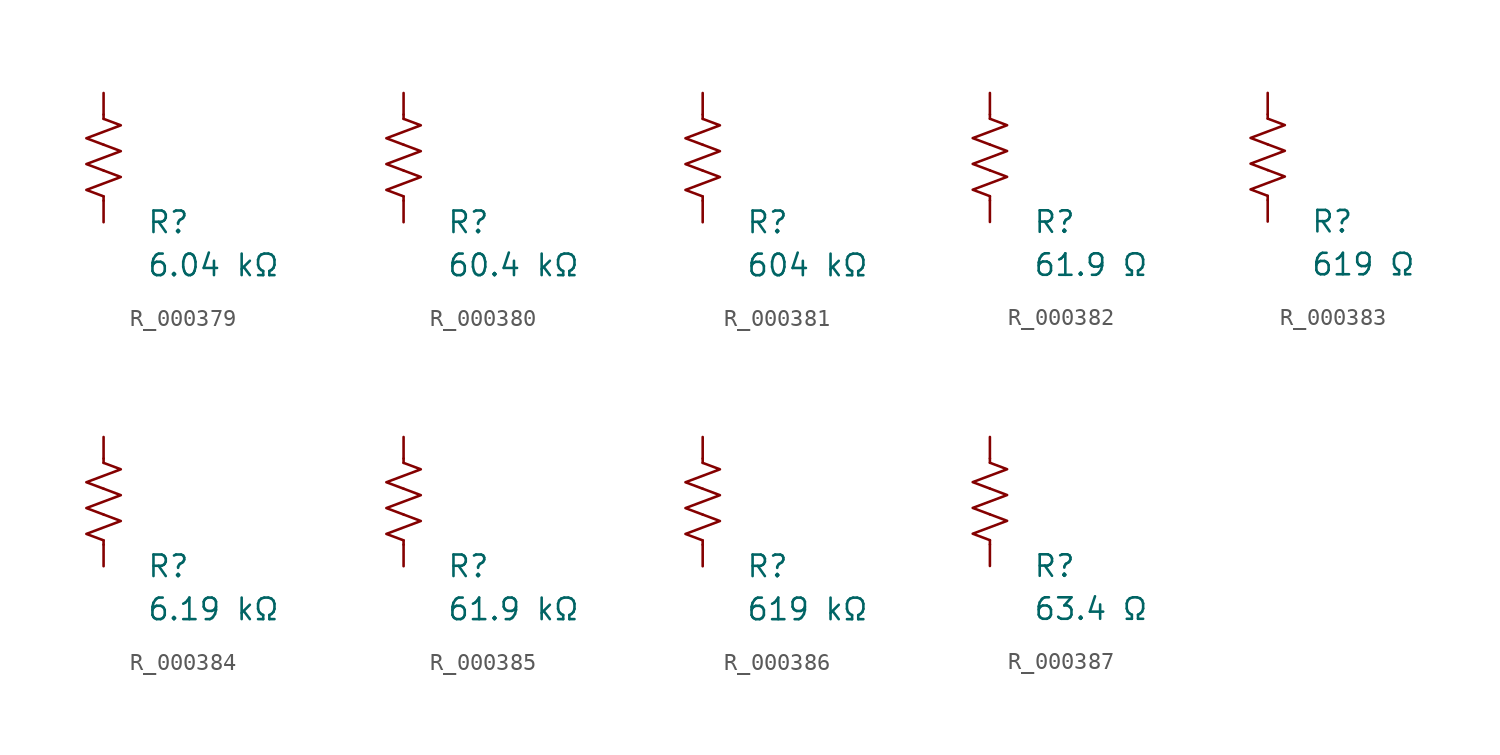
<source format=kicad_sym>
(kicad_symbol_lib
  (version 20231120)
  (generator "kicad_symbol_editor")
  (generator_version "8.0")
  (symbol "R_000379"
    (pin_numbers hide)
    (pin_names
      (offset 0))
    (property "Reference" "R"
      (at 2.54 -3.81 0)
      (effects (font (size 1.27 1.27)) (justify left))
      (show_name no))
    (property "Value" "6.04 kΩ"
      (at 2.54 -6.35 0)
      (effects (font (size 1.27 1.27)) (justify left))
      (show_name no))
    (symbol "R_000379_0_1"
      (polyline (pts (xy 0 -2.286) (xy 0 -2.54)) (stroke (width 0) (type default)) (fill (type none)))
      (polyline (pts (xy 0 2.286) (xy 0 2.54)) (stroke (width 0) (type default)) (fill (type none)))
      (polyline (pts (xy 0 -0.762) (xy 1.016 -1.143) (xy 0 -1.524) (xy -1.016 -1.905) (xy 0 -2.286)) (stroke (width 0) (type default)) (fill (type none)))
      (polyline (pts (xy 0 0.762) (xy 1.016 0.381) (xy 0 0) (xy -1.016 -0.381) (xy 0 -0.762)) (stroke (width 0) (type default)) (fill (type none)))
      (polyline (pts (xy 0 2.286) (xy 1.016 1.905) (xy 0 1.524) (xy -1.016 1.143) (xy 0 0.762)) (stroke (width 0) (type default)) (fill (type none))))
    (symbol "R_000379_1_1"
      (pin passive line (at 0 3.81 270) (length 1.27) (name "~" (effects (font (size 1.27 1.27)))) (number "1" (effects (font (size 1.27 1.27)))))
      (pin passive line (at 0 -3.81 90) (length 1.27) (name "~" (effects (font (size 1.27 1.27)))) (number "2" (effects (font (size 1.27 1.27)))))))
  (symbol "R_000380"
    (pin_numbers hide)
    (pin_names
      (offset 0))
    (property "Reference" "R"
      (at 2.54 -3.81 0)
      (effects (font (size 1.27 1.27)) (justify left))
      (show_name no))
    (property "Value" "60.4 kΩ"
      (at 2.54 -6.35 0)
      (effects (font (size 1.27 1.27)) (justify left))
      (show_name no))
    (symbol "R_000380_0_1"
      (polyline (pts (xy 0 -2.286) (xy 0 -2.54)) (stroke (width 0) (type default)) (fill (type none)))
      (polyline (pts (xy 0 2.286) (xy 0 2.54)) (stroke (width 0) (type default)) (fill (type none)))
      (polyline (pts (xy 0 -0.762) (xy 1.016 -1.143) (xy 0 -1.524) (xy -1.016 -1.905) (xy 0 -2.286)) (stroke (width 0) (type default)) (fill (type none)))
      (polyline (pts (xy 0 0.762) (xy 1.016 0.381) (xy 0 0) (xy -1.016 -0.381) (xy 0 -0.762)) (stroke (width 0) (type default)) (fill (type none)))
      (polyline (pts (xy 0 2.286) (xy 1.016 1.905) (xy 0 1.524) (xy -1.016 1.143) (xy 0 0.762)) (stroke (width 0) (type default)) (fill (type none))))
    (symbol "R_000380_1_1"
      (pin passive line (at 0 3.81 270) (length 1.27) (name "~" (effects (font (size 1.27 1.27)))) (number "1" (effects (font (size 1.27 1.27)))))
      (pin passive line (at 0 -3.81 90) (length 1.27) (name "~" (effects (font (size 1.27 1.27)))) (number "2" (effects (font (size 1.27 1.27)))))))
  (symbol "R_000381"
    (pin_numbers hide)
    (pin_names
      (offset 0))
    (property "Reference" "R"
      (at 2.54 -3.81 0)
      (effects (font (size 1.27 1.27)) (justify left))
      (show_name no))
    (property "Value" "604 kΩ"
      (at 2.54 -6.35 0)
      (effects (font (size 1.27 1.27)) (justify left))
      (show_name no))
    (symbol "R_000381_0_1"
      (polyline (pts (xy 0 -2.286) (xy 0 -2.54)) (stroke (width 0) (type default)) (fill (type none)))
      (polyline (pts (xy 0 2.286) (xy 0 2.54)) (stroke (width 0) (type default)) (fill (type none)))
      (polyline (pts (xy 0 -0.762) (xy 1.016 -1.143) (xy 0 -1.524) (xy -1.016 -1.905) (xy 0 -2.286)) (stroke (width 0) (type default)) (fill (type none)))
      (polyline (pts (xy 0 0.762) (xy 1.016 0.381) (xy 0 0) (xy -1.016 -0.381) (xy 0 -0.762)) (stroke (width 0) (type default)) (fill (type none)))
      (polyline (pts (xy 0 2.286) (xy 1.016 1.905) (xy 0 1.524) (xy -1.016 1.143) (xy 0 0.762)) (stroke (width 0) (type default)) (fill (type none))))
    (symbol "R_000381_1_1"
      (pin passive line (at 0 3.81 270) (length 1.27) (name "~" (effects (font (size 1.27 1.27)))) (number "1" (effects (font (size 1.27 1.27)))))
      (pin passive line (at 0 -3.81 90) (length 1.27) (name "~" (effects (font (size 1.27 1.27)))) (number "2" (effects (font (size 1.27 1.27)))))))
  (symbol "R_000382"
    (pin_numbers hide)
    (pin_names
      (offset 0))
    (property "Reference" "R"
      (at 2.54 -3.81 0)
      (effects (font (size 1.27 1.27)) (justify left))
      (show_name no))
    (property "Value" "61.9 Ω"
      (at 2.54 -6.35 0)
      (effects (font (size 1.27 1.27)) (justify left))
      (show_name no))
    (symbol "R_000382_0_1"
      (polyline (pts (xy 0 -2.286) (xy 0 -2.54)) (stroke (width 0) (type default)) (fill (type none)))
      (polyline (pts (xy 0 2.286) (xy 0 2.54)) (stroke (width 0) (type default)) (fill (type none)))
      (polyline (pts (xy 0 -0.762) (xy 1.016 -1.143) (xy 0 -1.524) (xy -1.016 -1.905) (xy 0 -2.286)) (stroke (width 0) (type default)) (fill (type none)))
      (polyline (pts (xy 0 0.762) (xy 1.016 0.381) (xy 0 0) (xy -1.016 -0.381) (xy 0 -0.762)) (stroke (width 0) (type default)) (fill (type none)))
      (polyline (pts (xy 0 2.286) (xy 1.016 1.905) (xy 0 1.524) (xy -1.016 1.143) (xy 0 0.762)) (stroke (width 0) (type default)) (fill (type none))))
    (symbol "R_000382_1_1"
      (pin passive line (at 0 3.81 270) (length 1.27) (name "~" (effects (font (size 1.27 1.27)))) (number "1" (effects (font (size 1.27 1.27)))))
      (pin passive line (at 0 -3.81 90) (length 1.27) (name "~" (effects (font (size 1.27 1.27)))) (number "2" (effects (font (size 1.27 1.27)))))))
  (symbol "R_000383"
    (pin_numbers hide)
    (pin_names
      (offset 0))
    (property "Reference" "R"
      (at 2.54 -3.81 0)
      (effects (font (size 1.27 1.27)) (justify left))
      (show_name no))
    (property "Value" "619 Ω"
      (at 2.54 -6.35 0)
      (effects (font (size 1.27 1.27)) (justify left))
      (show_name no))
    (symbol "R_000383_0_1"
      (polyline (pts (xy 0 -2.286) (xy 0 -2.54)) (stroke (width 0) (type default)) (fill (type none)))
      (polyline (pts (xy 0 2.286) (xy 0 2.54)) (stroke (width 0) (type default)) (fill (type none)))
      (polyline (pts (xy 0 -0.762) (xy 1.016 -1.143) (xy 0 -1.524) (xy -1.016 -1.905) (xy 0 -2.286)) (stroke (width 0) (type default)) (fill (type none)))
      (polyline (pts (xy 0 0.762) (xy 1.016 0.381) (xy 0 0) (xy -1.016 -0.381) (xy 0 -0.762)) (stroke (width 0) (type default)) (fill (type none)))
      (polyline (pts (xy 0 2.286) (xy 1.016 1.905) (xy 0 1.524) (xy -1.016 1.143) (xy 0 0.762)) (stroke (width 0) (type default)) (fill (type none))))
    (symbol "R_000383_1_1"
      (pin passive line (at 0 3.81 270) (length 1.27) (name "~" (effects (font (size 1.27 1.27)))) (number "1" (effects (font (size 1.27 1.27)))))
      (pin passive line (at 0 -3.81 90) (length 1.27) (name "~" (effects (font (size 1.27 1.27)))) (number "2" (effects (font (size 1.27 1.27)))))))
  (symbol "R_000384"
    (pin_numbers hide)
    (pin_names
      (offset 0))
    (property "Reference" "R"
      (at 2.54 -3.81 0)
      (effects (font (size 1.27 1.27)) (justify left))
      (show_name no))
    (property "Value" "6.19 kΩ"
      (at 2.54 -6.35 0)
      (effects (font (size 1.27 1.27)) (justify left))
      (show_name no))
    (symbol "R_000384_0_1"
      (polyline (pts (xy 0 -2.286) (xy 0 -2.54)) (stroke (width 0) (type default)) (fill (type none)))
      (polyline (pts (xy 0 2.286) (xy 0 2.54)) (stroke (width 0) (type default)) (fill (type none)))
      (polyline (pts (xy 0 -0.762) (xy 1.016 -1.143) (xy 0 -1.524) (xy -1.016 -1.905) (xy 0 -2.286)) (stroke (width 0) (type default)) (fill (type none)))
      (polyline (pts (xy 0 0.762) (xy 1.016 0.381) (xy 0 0) (xy -1.016 -0.381) (xy 0 -0.762)) (stroke (width 0) (type default)) (fill (type none)))
      (polyline (pts (xy 0 2.286) (xy 1.016 1.905) (xy 0 1.524) (xy -1.016 1.143) (xy 0 0.762)) (stroke (width 0) (type default)) (fill (type none))))
    (symbol "R_000384_1_1"
      (pin passive line (at 0 3.81 270) (length 1.27) (name "~" (effects (font (size 1.27 1.27)))) (number "1" (effects (font (size 1.27 1.27)))))
      (pin passive line (at 0 -3.81 90) (length 1.27) (name "~" (effects (font (size 1.27 1.27)))) (number "2" (effects (font (size 1.27 1.27)))))))
  (symbol "R_000385"
    (pin_numbers hide)
    (pin_names
      (offset 0))
    (property "Reference" "R"
      (at 2.54 -3.81 0)
      (effects (font (size 1.27 1.27)) (justify left))
      (show_name no))
    (property "Value" "61.9 kΩ"
      (at 2.54 -6.35 0)
      (effects (font (size 1.27 1.27)) (justify left))
      (show_name no))
    (symbol "R_000385_0_1"
      (polyline (pts (xy 0 -2.286) (xy 0 -2.54)) (stroke (width 0) (type default)) (fill (type none)))
      (polyline (pts (xy 0 2.286) (xy 0 2.54)) (stroke (width 0) (type default)) (fill (type none)))
      (polyline (pts (xy 0 -0.762) (xy 1.016 -1.143) (xy 0 -1.524) (xy -1.016 -1.905) (xy 0 -2.286)) (stroke (width 0) (type default)) (fill (type none)))
      (polyline (pts (xy 0 0.762) (xy 1.016 0.381) (xy 0 0) (xy -1.016 -0.381) (xy 0 -0.762)) (stroke (width 0) (type default)) (fill (type none)))
      (polyline (pts (xy 0 2.286) (xy 1.016 1.905) (xy 0 1.524) (xy -1.016 1.143) (xy 0 0.762)) (stroke (width 0) (type default)) (fill (type none))))
    (symbol "R_000385_1_1"
      (pin passive line (at 0 3.81 270) (length 1.27) (name "~" (effects (font (size 1.27 1.27)))) (number "1" (effects (font (size 1.27 1.27)))))
      (pin passive line (at 0 -3.81 90) (length 1.27) (name "~" (effects (font (size 1.27 1.27)))) (number "2" (effects (font (size 1.27 1.27)))))))
  (symbol "R_000386"
    (pin_numbers hide)
    (pin_names
      (offset 0))
    (property "Reference" "R"
      (at 2.54 -3.81 0)
      (effects (font (size 1.27 1.27)) (justify left))
      (show_name no))
    (property "Value" "619 kΩ"
      (at 2.54 -6.35 0)
      (effects (font (size 1.27 1.27)) (justify left))
      (show_name no))
    (symbol "R_000386_0_1"
      (polyline (pts (xy 0 -2.286) (xy 0 -2.54)) (stroke (width 0) (type default)) (fill (type none)))
      (polyline (pts (xy 0 2.286) (xy 0 2.54)) (stroke (width 0) (type default)) (fill (type none)))
      (polyline (pts (xy 0 -0.762) (xy 1.016 -1.143) (xy 0 -1.524) (xy -1.016 -1.905) (xy 0 -2.286)) (stroke (width 0) (type default)) (fill (type none)))
      (polyline (pts (xy 0 0.762) (xy 1.016 0.381) (xy 0 0) (xy -1.016 -0.381) (xy 0 -0.762)) (stroke (width 0) (type default)) (fill (type none)))
      (polyline (pts (xy 0 2.286) (xy 1.016 1.905) (xy 0 1.524) (xy -1.016 1.143) (xy 0 0.762)) (stroke (width 0) (type default)) (fill (type none))))
    (symbol "R_000386_1_1"
      (pin passive line (at 0 3.81 270) (length 1.27) (name "~" (effects (font (size 1.27 1.27)))) (number "1" (effects (font (size 1.27 1.27)))))
      (pin passive line (at 0 -3.81 90) (length 1.27) (name "~" (effects (font (size 1.27 1.27)))) (number "2" (effects (font (size 1.27 1.27)))))))
  (symbol "R_000387"
    (pin_numbers hide)
    (pin_names
      (offset 0))
    (property "Reference" "R"
      (at 2.54 -3.81 0)
      (effects (font (size 1.27 1.27)) (justify left))
      (show_name no))
    (property "Value" "63.4 Ω"
      (at 2.54 -6.35 0)
      (effects (font (size 1.27 1.27)) (justify left))
      (show_name no))
    (symbol "R_000387_0_1"
      (polyline (pts (xy 0 -2.286) (xy 0 -2.54)) (stroke (width 0) (type default)) (fill (type none)))
      (polyline (pts (xy 0 2.286) (xy 0 2.54)) (stroke (width 0) (type default)) (fill (type none)))
      (polyline (pts (xy 0 -0.762) (xy 1.016 -1.143) (xy 0 -1.524) (xy -1.016 -1.905) (xy 0 -2.286)) (stroke (width 0) (type default)) (fill (type none)))
      (polyline (pts (xy 0 0.762) (xy 1.016 0.381) (xy 0 0) (xy -1.016 -0.381) (xy 0 -0.762)) (stroke (width 0) (type default)) (fill (type none)))
      (polyline (pts (xy 0 2.286) (xy 1.016 1.905) (xy 0 1.524) (xy -1.016 1.143) (xy 0 0.762)) (stroke (width 0) (type default)) (fill (type none))))
    (symbol "R_000387_1_1"
      (pin passive line (at 0 3.81 270) (length 1.27) (name "~" (effects (font (size 1.27 1.27)))) (number "1" (effects (font (size 1.27 1.27)))))
      (pin passive line (at 0 -3.81 90) (length 1.27) (name "~" (effects (font (size 1.27 1.27)))) (number "2" (effects (font (size 1.27 1.27))))))))
</source>
